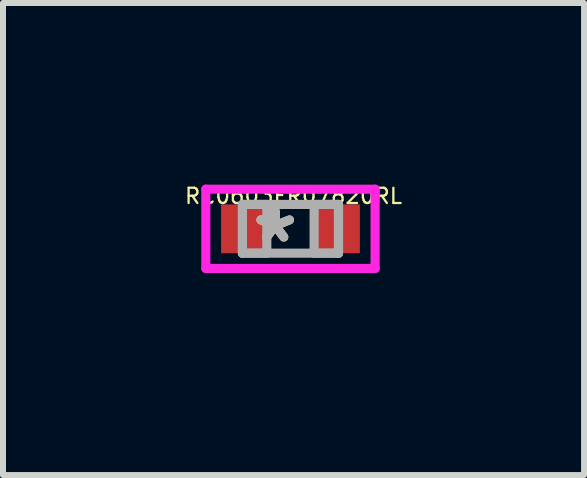
<source format=kicad_pcb>
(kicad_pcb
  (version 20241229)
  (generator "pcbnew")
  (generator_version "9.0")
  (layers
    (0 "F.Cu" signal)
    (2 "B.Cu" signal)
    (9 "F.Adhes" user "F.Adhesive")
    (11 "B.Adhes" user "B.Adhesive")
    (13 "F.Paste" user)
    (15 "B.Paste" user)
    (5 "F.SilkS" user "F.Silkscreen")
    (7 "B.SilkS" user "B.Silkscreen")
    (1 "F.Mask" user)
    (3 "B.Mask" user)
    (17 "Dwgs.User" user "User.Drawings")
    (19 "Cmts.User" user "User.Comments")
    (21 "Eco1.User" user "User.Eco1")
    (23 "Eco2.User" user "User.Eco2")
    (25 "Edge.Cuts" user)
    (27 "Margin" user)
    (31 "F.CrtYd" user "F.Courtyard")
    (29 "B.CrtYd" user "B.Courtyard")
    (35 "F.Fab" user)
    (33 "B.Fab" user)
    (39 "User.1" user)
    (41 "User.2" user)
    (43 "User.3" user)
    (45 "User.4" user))
  (footprint "RC0603FR07820RL"
    (layer "F.Cu")
    (at 1.789 0.762)
    (property "Reference" "RC0603FR07820RL" (at 0.051 -0.546 0) (layer "F.SilkS") (effects (font (size 0.254 0.254) (thickness 0.038))))
    (attr smd)
    (fp_line (start -1.41 -0.66) (end 1.41 -0.66) (stroke (width 0.152) (type solid)) (layer "F.CrtYd"))
    (fp_line (start -1.41 0.66) (end -1.41 -0.66) (stroke (width 0.152) (type solid)) (layer "F.CrtYd"))
    (fp_line (start 1.41 -0.66) (end 1.41 0.66) (stroke (width 0.152) (type solid)) (layer "F.CrtYd"))
    (fp_line (start 1.41 0.66) (end -1.41 0.66) (stroke (width 0.152) (type solid)) (layer "F.CrtYd"))
    (fp_line (start -0.8 -0.406) (end -0.8 0.406) (stroke (width 0.152) (type solid)) (layer "F.Fab"))
    (fp_line (start -0.8 -0.406) (end -0.8 0.406) (stroke (width 0.152) (type solid)) (layer "F.Fab"))
    (fp_line (start -0.8 0.406) (end -0.394 0.406) (stroke (width 0.152) (type solid)) (layer "F.Fab"))
    (fp_line (start -0.8 0.406) (end 0.8 0.406) (stroke (width 0.152) (type solid)) (layer "F.Fab"))
    (fp_line (start -0.394 -0.406) (end -0.8 -0.406) (stroke (width 0.152) (type solid)) (layer "F.Fab"))
    (fp_line (start -0.394 0.406) (end -0.394 -0.406) (stroke (width 0.152) (type solid)) (layer "F.Fab"))
    (fp_line (start 0.394 -0.406) (end 0.394 0.406) (stroke (width 0.152) (type solid)) (layer "F.Fab"))
    (fp_line (start 0.394 0.406) (end 0.8 0.406) (stroke (width 0.152) (type solid)) (layer "F.Fab"))
    (fp_line (start 0.8 -0.406) (end -0.8 -0.406) (stroke (width 0.152) (type solid)) (layer "F.Fab"))
    (fp_line (start 0.8 -0.406) (end 0.394 -0.406) (stroke (width 0.152) (type solid)) (layer "F.Fab"))
    (fp_line (start 0.8 0.406) (end 0.8 -0.406) (stroke (width 0.152) (type solid)) (layer "F.Fab"))
    (fp_line (start 0.8 0.406) (end 0.8 -0.406) (stroke (width 0.152) (type solid)) (layer "F.Fab"))
    (fp_text user "*" (at -0.254 0.254 0) (layer "F.SilkS") (effects (font (size 1 1) (thickness 0.15))))
    (fp_text user "*" (at -0.254 0.254 0) (layer "F.Fab") (effects (font (size 1 1) (thickness 0.15))))
    (pad "1" smd rect (at -0.775 0) (size 0.762 0.813) (layers "F.Cu" "F.Mask" "F.Paste"))
    (pad "2" smd rect (at 0.775 0) (size 0.762 0.813) (layers "F.Cu" "F.Mask" "F.Paste")))
  (gr_rect
    (start -3 -3)
    (end 6.68 4.864)
    (stroke (width 0.1) (type default))
    (fill no)
    (layer "Edge.Cuts")))
</source>
